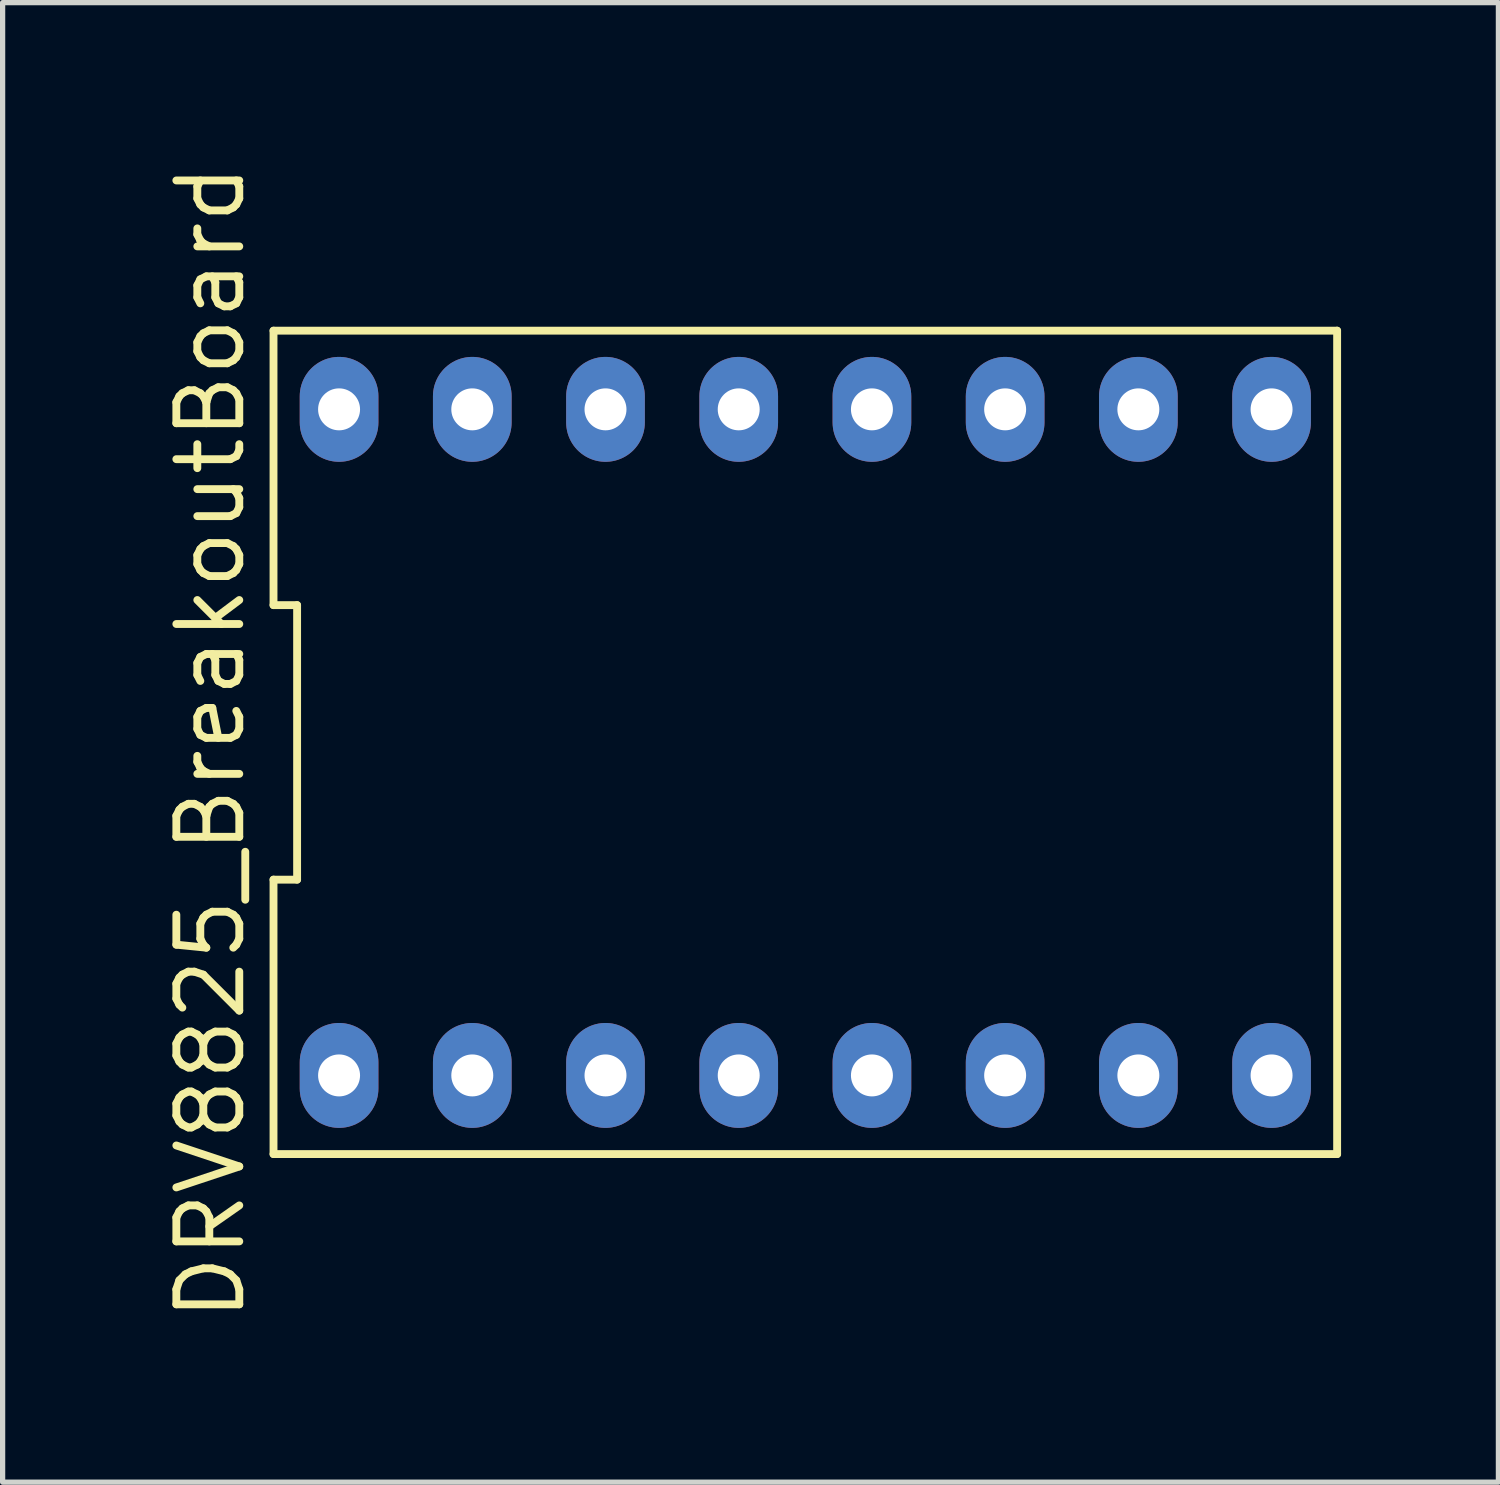
<source format=kicad_pcb>
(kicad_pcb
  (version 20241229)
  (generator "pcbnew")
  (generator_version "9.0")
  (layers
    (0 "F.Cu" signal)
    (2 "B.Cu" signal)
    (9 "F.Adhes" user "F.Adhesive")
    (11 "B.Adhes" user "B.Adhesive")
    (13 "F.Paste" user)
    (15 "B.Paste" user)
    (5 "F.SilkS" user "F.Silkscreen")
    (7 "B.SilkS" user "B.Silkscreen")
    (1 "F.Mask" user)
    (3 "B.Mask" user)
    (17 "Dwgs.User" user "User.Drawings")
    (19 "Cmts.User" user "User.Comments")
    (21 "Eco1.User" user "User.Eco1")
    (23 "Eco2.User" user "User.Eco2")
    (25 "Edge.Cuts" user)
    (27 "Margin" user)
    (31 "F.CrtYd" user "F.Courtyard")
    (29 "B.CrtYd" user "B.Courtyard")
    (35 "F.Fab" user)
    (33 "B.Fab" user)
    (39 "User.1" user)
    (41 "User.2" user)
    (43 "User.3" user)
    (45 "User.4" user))
  (footprint "DRV8825_BreakoutBoard"
    (layer "F.Cu")
    (at 12.305 11.105)
    (property "Reference" "DRV8825_BreakoutBoard" (at -11.34 0 90) (layer "F.SilkS") (effects (font (size 1.2 1.2) (thickness 0.15))))
    (attr through_hole)
    (fp_line (start -10.14 -7.85) (end -10.14 -2.617) (stroke (width 0.15) (type solid)) (layer "F.SilkS"))
    (fp_line (start -10.14 -2.617) (end -9.69 -2.617) (stroke (width 0.15) (type solid)) (layer "F.SilkS"))
    (fp_line (start -10.14 2.617) (end -10.14 7.85) (stroke (width 0.15) (type solid)) (layer "F.SilkS"))
    (fp_line (start -10.14 7.85) (end 10.14 7.85) (stroke (width 0.15) (type solid)) (layer "F.SilkS"))
    (fp_line (start -9.69 -2.617) (end -9.69 2.617) (stroke (width 0.15) (type solid)) (layer "F.SilkS"))
    (fp_line (start -9.69 2.617) (end -10.14 2.617) (stroke (width 0.15) (type solid)) (layer "F.SilkS"))
    (fp_line (start 10.14 -7.85) (end -10.14 -7.85) (stroke (width 0.15) (type solid)) (layer "F.SilkS"))
    (fp_line (start 10.14 7.85) (end 10.14 -7.85) (stroke (width 0.15) (type solid)) (layer "F.SilkS"))
    (pad "1" thru_hole oval (at -8.89 6.35) (size 1.5 2) (drill 0.8) (layers "*.Cu" "*.Mask"))
    (pad "2" thru_hole oval (at -6.35 6.35) (size 1.5 2) (drill 0.8) (layers "*.Cu" "*.Mask"))
    (pad "3" thru_hole oval (at -3.81 6.35) (size 1.5 2) (drill 0.8) (layers "*.Cu" "*.Mask"))
    (pad "4" thru_hole oval (at -1.27 6.35) (size 1.5 2) (drill 0.8) (layers "*.Cu" "*.Mask"))
    (pad "5" thru_hole oval (at 1.27 6.35) (size 1.5 2) (drill 0.8) (layers "*.Cu" "*.Mask"))
    (pad "6" thru_hole oval (at 3.81 6.35) (size 1.5 2) (drill 0.8) (layers "*.Cu" "*.Mask"))
    (pad "7" thru_hole oval (at 6.35 6.35) (size 1.5 2) (drill 0.8) (layers "*.Cu" "*.Mask"))
    (pad "8" thru_hole oval (at 8.89 6.35) (size 1.5 2) (drill 0.8) (layers "*.Cu" "*.Mask"))
    (pad "9" thru_hole oval (at 8.89 -6.35) (size 1.5 2) (drill 0.8) (layers "*.Cu" "*.Mask"))
    (pad "10" thru_hole oval (at 6.35 -6.35) (size 1.5 2) (drill 0.8) (layers "*.Cu" "*.Mask"))
    (pad "11" thru_hole oval (at 3.81 -6.35) (size 1.5 2) (drill 0.8) (layers "*.Cu" "*.Mask"))
    (pad "12" thru_hole oval (at 1.27 -6.35) (size 1.5 2) (drill 0.8) (layers "*.Cu" "*.Mask"))
    (pad "13" thru_hole oval (at -1.27 -6.35) (size 1.5 2) (drill 0.8) (layers "*.Cu" "*.Mask"))
    (pad "14" thru_hole oval (at -3.81 -6.35) (size 1.5 2) (drill 0.8) (layers "*.Cu" "*.Mask"))
    (pad "15" thru_hole oval (at -6.35 -6.35) (size 1.5 2) (drill 0.8) (layers "*.Cu" "*.Mask"))
    (pad "16" thru_hole oval (at -8.89 -6.35) (size 1.5 2) (drill 0.8) (layers "*.Cu" "*.Mask")))
  (gr_rect
    (start -3 -3)
    (end 25.52 25.21)
    (stroke (width 0.1) (type default))
    (fill no)
    (layer "Edge.Cuts")))
</source>
